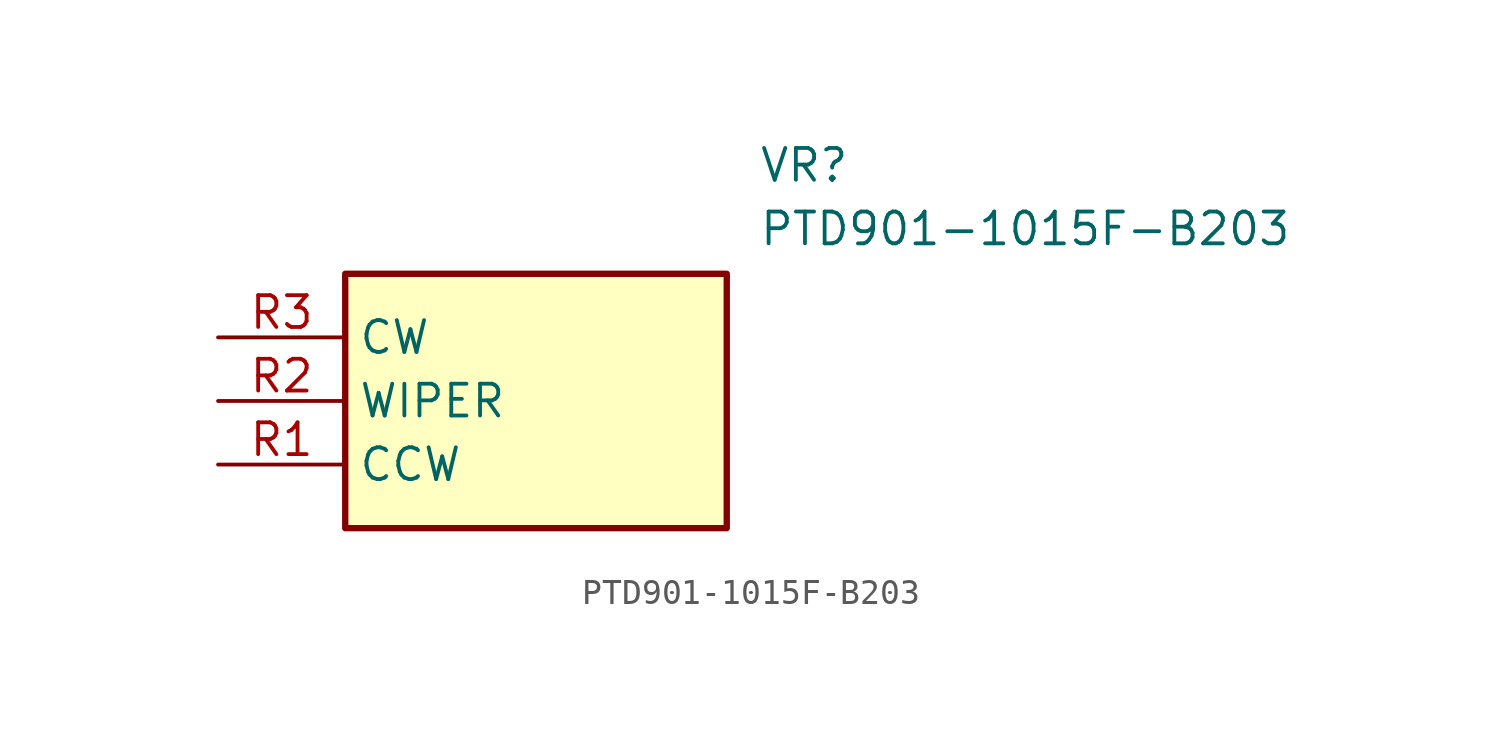
<source format=kicad_sym>
(kicad_symbol_lib
  (version 20211014)
  (generator SamacSys_ECAD_Model)
  (symbol "PTD901-1015F-B203"
    (property "Reference" "VR"
      (at 21.59 7.62 0)
      (effects (font (size 1.27 1.27)) (justify left top)))
    (property "Value" "PTD901-1015F-B203"
      (at 21.59 5.08 0)
      (effects (font (size 1.27 1.27)) (justify left top)))
    (rectangle
      (start 5.08 2.54)
      (end 20.32 -7.62)
      (stroke (width 0.254) (type default))
      (fill (type background)))
    (pin passive line
      (at 0 -5.08 0)
      (length 5.08)
      (name "CCW" (effects (font (size 1.27 1.27))))
      (number "R1" (effects (font (size 1.27 1.27)))))
    (pin passive line
      (at 0 -2.54 0)
      (length 5.08)
      (name "WIPER" (effects (font (size 1.27 1.27))))
      (number "R2" (effects (font (size 1.27 1.27)))))
    (pin passive line
      (at 0 0 0)
      (length 5.08)
      (name "CW" (effects (font (size 1.27 1.27))))
      (number "R3" (effects (font (size 1.27 1.27)))))))
</source>
